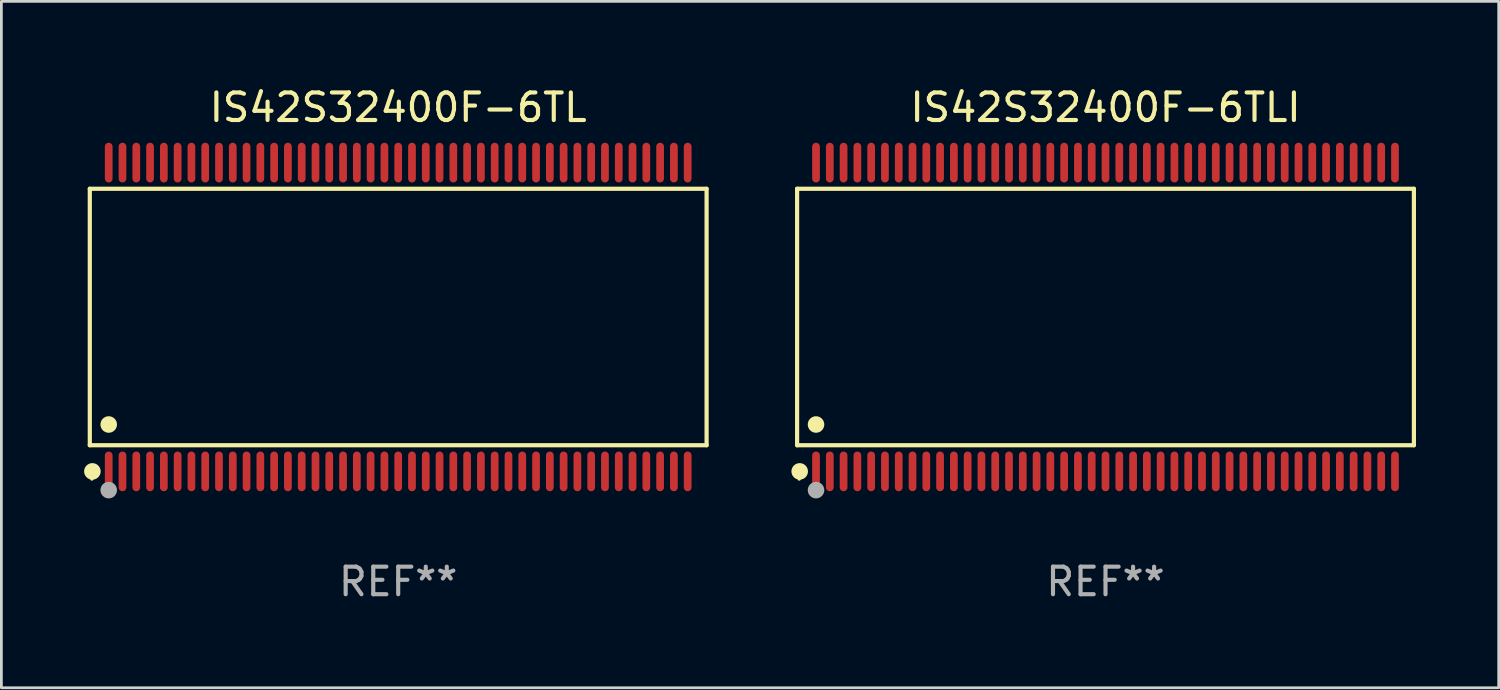
<source format=kicad_pcb>
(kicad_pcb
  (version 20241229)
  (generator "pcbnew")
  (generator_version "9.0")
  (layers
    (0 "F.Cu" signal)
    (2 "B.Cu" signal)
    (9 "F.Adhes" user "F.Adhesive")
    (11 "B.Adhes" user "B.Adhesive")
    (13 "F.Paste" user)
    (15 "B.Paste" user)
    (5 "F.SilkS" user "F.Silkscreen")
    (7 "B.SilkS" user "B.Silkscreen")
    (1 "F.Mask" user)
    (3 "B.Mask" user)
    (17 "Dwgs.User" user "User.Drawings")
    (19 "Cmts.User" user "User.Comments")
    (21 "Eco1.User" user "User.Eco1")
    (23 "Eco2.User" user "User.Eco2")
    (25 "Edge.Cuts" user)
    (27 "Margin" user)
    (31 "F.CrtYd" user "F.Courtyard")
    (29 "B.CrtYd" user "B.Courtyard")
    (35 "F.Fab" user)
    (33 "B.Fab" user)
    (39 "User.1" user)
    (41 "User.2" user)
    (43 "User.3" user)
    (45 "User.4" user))
  (footprint "IS42S32400F-6TLI"
    (layer "F.Cu")
    (at 37.048 8.448)
    (property "Reference" "IS42S32400F-6TLI" (at 0 -7.6 0) (layer "F.SilkS") (effects (font (size 1 1) (thickness 0.15))))
    (attr through_hole)
    (fp_line (start -11.186 -4.651) (end 11.186 -4.651) (stroke (width 0.152) (type solid)) (layer "F.SilkS"))
    (fp_line (start -11.186 4.651) (end -11.186 -4.651) (stroke (width 0.152) (type solid)) (layer "F.SilkS"))
    (fp_line (start 11.186 -4.651) (end 11.186 4.651) (stroke (width 0.152) (type solid)) (layer "F.SilkS"))
    (fp_line (start 11.186 4.651) (end -11.186 4.651) (stroke (width 0.152) (type solid)) (layer "F.SilkS"))
    (fp_circle (center -11.11 5.88) (end -11.08 5.88) (stroke (width 0.06) (type solid)) (fill no) (layer "F.SilkS"))
    (fp_circle (center -11.092 5.6) (end -10.942 5.6) (stroke (width 0.3) (type solid)) (fill no) (layer "F.SilkS"))
    (fp_circle (center -10.5 3.899) (end -10.35 3.899) (stroke (width 0.3) (type solid)) (fill no) (layer "F.SilkS"))
    (fp_circle (center -10.5 6.28) (end -10.35 6.28) (stroke (width 0.3) (type solid)) (fill no) (layer "F.Fab"))
    (fp_text user "REF**" (at 0 9.6 0) (layer "F.Fab") (effects (font (size 1 1) (thickness 0.15))))
    (pad "1" smd oval (at -10.5 5.6) (size 0.28 1.44) (layers "F.Cu" "F.Mask" "F.Paste"))
    (pad "2" smd oval (at -10 5.6) (size 0.28 1.44) (layers "F.Cu" "F.Mask" "F.Paste"))
    (pad "3" smd oval (at -9.5 5.6) (size 0.28 1.44) (layers "F.Cu" "F.Mask" "F.Paste"))
    (pad "4" smd oval (at -9 5.6) (size 0.28 1.44) (layers "F.Cu" "F.Mask" "F.Paste"))
    (pad "5" smd oval (at -8.5 5.6) (size 0.28 1.44) (layers "F.Cu" "F.Mask" "F.Paste"))
    (pad "6" smd oval (at -8 5.6) (size 0.28 1.44) (layers "F.Cu" "F.Mask" "F.Paste"))
    (pad "7" smd oval (at -7.5 5.6) (size 0.28 1.44) (layers "F.Cu" "F.Mask" "F.Paste"))
    (pad "8" smd oval (at -7 5.6) (size 0.28 1.44) (layers "F.Cu" "F.Mask" "F.Paste"))
    (pad "9" smd oval (at -6.5 5.6) (size 0.28 1.44) (layers "F.Cu" "F.Mask" "F.Paste"))
    (pad "10" smd oval (at -6 5.6) (size 0.28 1.44) (layers "F.Cu" "F.Mask" "F.Paste"))
    (pad "11" smd oval (at -5.5 5.6) (size 0.28 1.44) (layers "F.Cu" "F.Mask" "F.Paste"))
    (pad "12" smd oval (at -5 5.6) (size 0.28 1.44) (layers "F.Cu" "F.Mask" "F.Paste"))
    (pad "13" smd oval (at -4.5 5.6) (size 0.28 1.44) (layers "F.Cu" "F.Mask" "F.Paste"))
    (pad "14" smd oval (at -4 5.6) (size 0.28 1.44) (layers "F.Cu" "F.Mask" "F.Paste"))
    (pad "15" smd oval (at -3.5 5.6) (size 0.28 1.44) (layers "F.Cu" "F.Mask" "F.Paste"))
    (pad "16" smd oval (at -3 5.6) (size 0.28 1.44) (layers "F.Cu" "F.Mask" "F.Paste"))
    (pad "17" smd oval (at -2.5 5.6) (size 0.28 1.44) (layers "F.Cu" "F.Mask" "F.Paste"))
    (pad "18" smd oval (at -2 5.6) (size 0.28 1.44) (layers "F.Cu" "F.Mask" "F.Paste"))
    (pad "19" smd oval (at -1.5 5.6) (size 0.28 1.44) (layers "F.Cu" "F.Mask" "F.Paste"))
    (pad "20" smd oval (at -1 5.6) (size 0.28 1.44) (layers "F.Cu" "F.Mask" "F.Paste"))
    (pad "21" smd oval (at -0.5 5.6) (size 0.28 1.44) (layers "F.Cu" "F.Mask" "F.Paste"))
    (pad "22" smd oval (at 0 5.6) (size 0.28 1.44) (layers "F.Cu" "F.Mask" "F.Paste"))
    (pad "23" smd oval (at 0.5 5.6) (size 0.28 1.44) (layers "F.Cu" "F.Mask" "F.Paste"))
    (pad "24" smd oval (at 1 5.6) (size 0.28 1.44) (layers "F.Cu" "F.Mask" "F.Paste"))
    (pad "25" smd oval (at 1.5 5.6) (size 0.28 1.44) (layers "F.Cu" "F.Mask" "F.Paste"))
    (pad "26" smd oval (at 2 5.6) (size 0.28 1.44) (layers "F.Cu" "F.Mask" "F.Paste"))
    (pad "27" smd oval (at 2.5 5.6) (size 0.28 1.44) (layers "F.Cu" "F.Mask" "F.Paste"))
    (pad "28" smd oval (at 3 5.6) (size 0.28 1.44) (layers "F.Cu" "F.Mask" "F.Paste"))
    (pad "29" smd oval (at 3.5 5.6) (size 0.28 1.44) (layers "F.Cu" "F.Mask" "F.Paste"))
    (pad "30" smd oval (at 4 5.6) (size 0.28 1.44) (layers "F.Cu" "F.Mask" "F.Paste"))
    (pad "31" smd oval (at 4.5 5.6) (size 0.28 1.44) (layers "F.Cu" "F.Mask" "F.Paste"))
    (pad "32" smd oval (at 5 5.6) (size 0.28 1.44) (layers "F.Cu" "F.Mask" "F.Paste"))
    (pad "33" smd oval (at 5.5 5.6) (size 0.28 1.44) (layers "F.Cu" "F.Mask" "F.Paste"))
    (pad "34" smd oval (at 6 5.6) (size 0.28 1.44) (layers "F.Cu" "F.Mask" "F.Paste"))
    (pad "35" smd oval (at 6.5 5.6) (size 0.28 1.44) (layers "F.Cu" "F.Mask" "F.Paste"))
    (pad "36" smd oval (at 7 5.6) (size 0.28 1.44) (layers "F.Cu" "F.Mask" "F.Paste"))
    (pad "37" smd oval (at 7.5 5.6) (size 0.28 1.44) (layers "F.Cu" "F.Mask" "F.Paste"))
    (pad "38" smd oval (at 8 5.6) (size 0.28 1.44) (layers "F.Cu" "F.Mask" "F.Paste"))
    (pad "39" smd oval (at 8.5 5.6) (size 0.28 1.44) (layers "F.Cu" "F.Mask" "F.Paste"))
    (pad "40" smd oval (at 9 5.6) (size 0.28 1.44) (layers "F.Cu" "F.Mask" "F.Paste"))
    (pad "41" smd oval (at 9.5 5.6) (size 0.28 1.44) (layers "F.Cu" "F.Mask" "F.Paste"))
    (pad "42" smd oval (at 10 5.6) (size 0.28 1.44) (layers "F.Cu" "F.Mask" "F.Paste"))
    (pad "43" smd oval (at 10.5 5.6) (size 0.28 1.44) (layers "F.Cu" "F.Mask" "F.Paste"))
    (pad "44" smd oval (at 10.5 -5.6) (size 0.28 1.44) (layers "F.Cu" "F.Mask" "F.Paste"))
    (pad "45" smd oval (at 10 -5.6) (size 0.28 1.44) (layers "F.Cu" "F.Mask" "F.Paste"))
    (pad "46" smd oval (at 9.5 -5.6) (size 0.28 1.44) (layers "F.Cu" "F.Mask" "F.Paste"))
    (pad "47" smd oval (at 9 -5.6) (size 0.28 1.44) (layers "F.Cu" "F.Mask" "F.Paste"))
    (pad "48" smd oval (at 8.5 -5.6) (size 0.28 1.44) (layers "F.Cu" "F.Mask" "F.Paste"))
    (pad "49" smd oval (at 8 -5.6) (size 0.28 1.44) (layers "F.Cu" "F.Mask" "F.Paste"))
    (pad "50" smd oval (at 7.5 -5.6) (size 0.28 1.44) (layers "F.Cu" "F.Mask" "F.Paste"))
    (pad "51" smd oval (at 7 -5.6) (size 0.28 1.44) (layers "F.Cu" "F.Mask" "F.Paste"))
    (pad "52" smd oval (at 6.5 -5.6) (size 0.28 1.44) (layers "F.Cu" "F.Mask" "F.Paste"))
    (pad "53" smd oval (at 6 -5.6) (size 0.28 1.44) (layers "F.Cu" "F.Mask" "F.Paste"))
    (pad "54" smd oval (at 5.5 -5.6) (size 0.28 1.44) (layers "F.Cu" "F.Mask" "F.Paste"))
    (pad "55" smd oval (at 5 -5.6) (size 0.28 1.44) (layers "F.Cu" "F.Mask" "F.Paste"))
    (pad "56" smd oval (at 4.5 -5.6) (size 0.28 1.44) (layers "F.Cu" "F.Mask" "F.Paste"))
    (pad "57" smd oval (at 4 -5.6) (size 0.28 1.44) (layers "F.Cu" "F.Mask" "F.Paste"))
    (pad "58" smd oval (at 3.5 -5.6) (size 0.28 1.44) (layers "F.Cu" "F.Mask" "F.Paste"))
    (pad "59" smd oval (at 3 -5.6) (size 0.28 1.44) (layers "F.Cu" "F.Mask" "F.Paste"))
    (pad "60" smd oval (at 2.5 -5.6) (size 0.28 1.44) (layers "F.Cu" "F.Mask" "F.Paste"))
    (pad "61" smd oval (at 2 -5.6) (size 0.28 1.44) (layers "F.Cu" "F.Mask" "F.Paste"))
    (pad "62" smd oval (at 1.5 -5.6) (size 0.28 1.44) (layers "F.Cu" "F.Mask" "F.Paste"))
    (pad "63" smd oval (at 1 -5.6) (size 0.28 1.44) (layers "F.Cu" "F.Mask" "F.Paste"))
    (pad "64" smd oval (at 0.5 -5.6) (size 0.28 1.44) (layers "F.Cu" "F.Mask" "F.Paste"))
    (pad "65" smd oval (at 0 -5.6) (size 0.28 1.44) (layers "F.Cu" "F.Mask" "F.Paste"))
    (pad "66" smd oval (at -0.5 -5.6) (size 0.28 1.44) (layers "F.Cu" "F.Mask" "F.Paste"))
    (pad "67" smd oval (at -1 -5.6) (size 0.28 1.44) (layers "F.Cu" "F.Mask" "F.Paste"))
    (pad "68" smd oval (at -1.5 -5.6) (size 0.28 1.44) (layers "F.Cu" "F.Mask" "F.Paste"))
    (pad "69" smd oval (at -2 -5.6) (size 0.28 1.44) (layers "F.Cu" "F.Mask" "F.Paste"))
    (pad "70" smd oval (at -2.5 -5.6) (size 0.28 1.44) (layers "F.Cu" "F.Mask" "F.Paste"))
    (pad "71" smd oval (at -3 -5.6) (size 0.28 1.44) (layers "F.Cu" "F.Mask" "F.Paste"))
    (pad "72" smd oval (at -3.5 -5.6) (size 0.28 1.44) (layers "F.Cu" "F.Mask" "F.Paste"))
    (pad "73" smd oval (at -4 -5.6) (size 0.28 1.44) (layers "F.Cu" "F.Mask" "F.Paste"))
    (pad "74" smd oval (at -4.5 -5.6) (size 0.28 1.44) (layers "F.Cu" "F.Mask" "F.Paste"))
    (pad "75" smd oval (at -5 -5.6) (size 0.28 1.44) (layers "F.Cu" "F.Mask" "F.Paste"))
    (pad "76" smd oval (at -5.5 -5.6) (size 0.28 1.44) (layers "F.Cu" "F.Mask" "F.Paste"))
    (pad "77" smd oval (at -6 -5.6) (size 0.28 1.44) (layers "F.Cu" "F.Mask" "F.Paste"))
    (pad "78" smd oval (at -6.5 -5.6) (size 0.28 1.44) (layers "F.Cu" "F.Mask" "F.Paste"))
    (pad "79" smd oval (at -7 -5.6) (size 0.28 1.44) (layers "F.Cu" "F.Mask" "F.Paste"))
    (pad "80" smd oval (at -7.5 -5.6) (size 0.28 1.44) (layers "F.Cu" "F.Mask" "F.Paste"))
    (pad "81" smd oval (at -8 -5.6) (size 0.28 1.44) (layers "F.Cu" "F.Mask" "F.Paste"))
    (pad "82" smd oval (at -8.5 -5.6) (size 0.28 1.44) (layers "F.Cu" "F.Mask" "F.Paste"))
    (pad "83" smd oval (at -9 -5.6) (size 0.28 1.44) (layers "F.Cu" "F.Mask" "F.Paste"))
    (pad "84" smd oval (at -9.5 -5.6) (size 0.28 1.44) (layers "F.Cu" "F.Mask" "F.Paste"))
    (pad "85" smd oval (at -10 -5.6) (size 0.28 1.44) (layers "F.Cu" "F.Mask" "F.Paste"))
    (pad "86" smd oval (at -10.5 -5.6) (size 0.28 1.44) (layers "F.Cu" "F.Mask" "F.Paste")))
  (footprint "IS42S32400F-6TL"
    (layer "F.Cu")
    (at 11.393 8.448)
    (property "Reference" "IS42S32400F-6TL" (at 0 -7.6 0) (layer "F.SilkS") (effects (font (size 1 1) (thickness 0.15))))
    (attr through_hole)
    (fp_line (start -11.186 -4.651) (end 11.186 -4.651) (stroke (width 0.152) (type solid)) (layer "F.SilkS"))
    (fp_line (start -11.186 4.651) (end -11.186 -4.651) (stroke (width 0.152) (type solid)) (layer "F.SilkS"))
    (fp_line (start 11.186 -4.651) (end 11.186 4.651) (stroke (width 0.152) (type solid)) (layer "F.SilkS"))
    (fp_line (start 11.186 4.651) (end -11.186 4.651) (stroke (width 0.152) (type solid)) (layer "F.SilkS"))
    (fp_circle (center -11.11 5.88) (end -11.08 5.88) (stroke (width 0.06) (type solid)) (fill no) (layer "F.SilkS"))
    (fp_circle (center -11.092 5.6) (end -10.942 5.6) (stroke (width 0.3) (type solid)) (fill no) (layer "F.SilkS"))
    (fp_circle (center -10.5 3.899) (end -10.35 3.899) (stroke (width 0.3) (type solid)) (fill no) (layer "F.SilkS"))
    (fp_circle (center -10.5 6.28) (end -10.35 6.28) (stroke (width 0.3) (type solid)) (fill no) (layer "F.Fab"))
    (fp_text user "REF**" (at 0 9.6 0) (layer "F.Fab") (effects (font (size 1 1) (thickness 0.15))))
    (pad "1" smd oval (at -10.5 5.6) (size 0.28 1.44) (layers "F.Cu" "F.Mask" "F.Paste"))
    (pad "2" smd oval (at -10 5.6) (size 0.28 1.44) (layers "F.Cu" "F.Mask" "F.Paste"))
    (pad "3" smd oval (at -9.5 5.6) (size 0.28 1.44) (layers "F.Cu" "F.Mask" "F.Paste"))
    (pad "4" smd oval (at -9 5.6) (size 0.28 1.44) (layers "F.Cu" "F.Mask" "F.Paste"))
    (pad "5" smd oval (at -8.5 5.6) (size 0.28 1.44) (layers "F.Cu" "F.Mask" "F.Paste"))
    (pad "6" smd oval (at -8 5.6) (size 0.28 1.44) (layers "F.Cu" "F.Mask" "F.Paste"))
    (pad "7" smd oval (at -7.5 5.6) (size 0.28 1.44) (layers "F.Cu" "F.Mask" "F.Paste"))
    (pad "8" smd oval (at -7 5.6) (size 0.28 1.44) (layers "F.Cu" "F.Mask" "F.Paste"))
    (pad "9" smd oval (at -6.5 5.6) (size 0.28 1.44) (layers "F.Cu" "F.Mask" "F.Paste"))
    (pad "10" smd oval (at -6 5.6) (size 0.28 1.44) (layers "F.Cu" "F.Mask" "F.Paste"))
    (pad "11" smd oval (at -5.5 5.6) (size 0.28 1.44) (layers "F.Cu" "F.Mask" "F.Paste"))
    (pad "12" smd oval (at -5 5.6) (size 0.28 1.44) (layers "F.Cu" "F.Mask" "F.Paste"))
    (pad "13" smd oval (at -4.5 5.6) (size 0.28 1.44) (layers "F.Cu" "F.Mask" "F.Paste"))
    (pad "14" smd oval (at -4 5.6) (size 0.28 1.44) (layers "F.Cu" "F.Mask" "F.Paste"))
    (pad "15" smd oval (at -3.5 5.6) (size 0.28 1.44) (layers "F.Cu" "F.Mask" "F.Paste"))
    (pad "16" smd oval (at -3 5.6) (size 0.28 1.44) (layers "F.Cu" "F.Mask" "F.Paste"))
    (pad "17" smd oval (at -2.5 5.6) (size 0.28 1.44) (layers "F.Cu" "F.Mask" "F.Paste"))
    (pad "18" smd oval (at -2 5.6) (size 0.28 1.44) (layers "F.Cu" "F.Mask" "F.Paste"))
    (pad "19" smd oval (at -1.5 5.6) (size 0.28 1.44) (layers "F.Cu" "F.Mask" "F.Paste"))
    (pad "20" smd oval (at -1 5.6) (size 0.28 1.44) (layers "F.Cu" "F.Mask" "F.Paste"))
    (pad "21" smd oval (at -0.5 5.6) (size 0.28 1.44) (layers "F.Cu" "F.Mask" "F.Paste"))
    (pad "22" smd oval (at 0 5.6) (size 0.28 1.44) (layers "F.Cu" "F.Mask" "F.Paste"))
    (pad "23" smd oval (at 0.5 5.6) (size 0.28 1.44) (layers "F.Cu" "F.Mask" "F.Paste"))
    (pad "24" smd oval (at 1 5.6) (size 0.28 1.44) (layers "F.Cu" "F.Mask" "F.Paste"))
    (pad "25" smd oval (at 1.5 5.6) (size 0.28 1.44) (layers "F.Cu" "F.Mask" "F.Paste"))
    (pad "26" smd oval (at 2 5.6) (size 0.28 1.44) (layers "F.Cu" "F.Mask" "F.Paste"))
    (pad "27" smd oval (at 2.5 5.6) (size 0.28 1.44) (layers "F.Cu" "F.Mask" "F.Paste"))
    (pad "28" smd oval (at 3 5.6) (size 0.28 1.44) (layers "F.Cu" "F.Mask" "F.Paste"))
    (pad "29" smd oval (at 3.5 5.6) (size 0.28 1.44) (layers "F.Cu" "F.Mask" "F.Paste"))
    (pad "30" smd oval (at 4 5.6) (size 0.28 1.44) (layers "F.Cu" "F.Mask" "F.Paste"))
    (pad "31" smd oval (at 4.5 5.6) (size 0.28 1.44) (layers "F.Cu" "F.Mask" "F.Paste"))
    (pad "32" smd oval (at 5 5.6) (size 0.28 1.44) (layers "F.Cu" "F.Mask" "F.Paste"))
    (pad "33" smd oval (at 5.5 5.6) (size 0.28 1.44) (layers "F.Cu" "F.Mask" "F.Paste"))
    (pad "34" smd oval (at 6 5.6) (size 0.28 1.44) (layers "F.Cu" "F.Mask" "F.Paste"))
    (pad "35" smd oval (at 6.5 5.6) (size 0.28 1.44) (layers "F.Cu" "F.Mask" "F.Paste"))
    (pad "36" smd oval (at 7 5.6) (size 0.28 1.44) (layers "F.Cu" "F.Mask" "F.Paste"))
    (pad "37" smd oval (at 7.5 5.6) (size 0.28 1.44) (layers "F.Cu" "F.Mask" "F.Paste"))
    (pad "38" smd oval (at 8 5.6) (size 0.28 1.44) (layers "F.Cu" "F.Mask" "F.Paste"))
    (pad "39" smd oval (at 8.5 5.6) (size 0.28 1.44) (layers "F.Cu" "F.Mask" "F.Paste"))
    (pad "40" smd oval (at 9 5.6) (size 0.28 1.44) (layers "F.Cu" "F.Mask" "F.Paste"))
    (pad "41" smd oval (at 9.5 5.6) (size 0.28 1.44) (layers "F.Cu" "F.Mask" "F.Paste"))
    (pad "42" smd oval (at 10 5.6) (size 0.28 1.44) (layers "F.Cu" "F.Mask" "F.Paste"))
    (pad "43" smd oval (at 10.5 5.6) (size 0.28 1.44) (layers "F.Cu" "F.Mask" "F.Paste"))
    (pad "44" smd oval (at 10.5 -5.6) (size 0.28 1.44) (layers "F.Cu" "F.Mask" "F.Paste"))
    (pad "45" smd oval (at 10 -5.6) (size 0.28 1.44) (layers "F.Cu" "F.Mask" "F.Paste"))
    (pad "46" smd oval (at 9.5 -5.6) (size 0.28 1.44) (layers "F.Cu" "F.Mask" "F.Paste"))
    (pad "47" smd oval (at 9 -5.6) (size 0.28 1.44) (layers "F.Cu" "F.Mask" "F.Paste"))
    (pad "48" smd oval (at 8.5 -5.6) (size 0.28 1.44) (layers "F.Cu" "F.Mask" "F.Paste"))
    (pad "49" smd oval (at 8 -5.6) (size 0.28 1.44) (layers "F.Cu" "F.Mask" "F.Paste"))
    (pad "50" smd oval (at 7.5 -5.6) (size 0.28 1.44) (layers "F.Cu" "F.Mask" "F.Paste"))
    (pad "51" smd oval (at 7 -5.6) (size 0.28 1.44) (layers "F.Cu" "F.Mask" "F.Paste"))
    (pad "52" smd oval (at 6.5 -5.6) (size 0.28 1.44) (layers "F.Cu" "F.Mask" "F.Paste"))
    (pad "53" smd oval (at 6 -5.6) (size 0.28 1.44) (layers "F.Cu" "F.Mask" "F.Paste"))
    (pad "54" smd oval (at 5.5 -5.6) (size 0.28 1.44) (layers "F.Cu" "F.Mask" "F.Paste"))
    (pad "55" smd oval (at 5 -5.6) (size 0.28 1.44) (layers "F.Cu" "F.Mask" "F.Paste"))
    (pad "56" smd oval (at 4.5 -5.6) (size 0.28 1.44) (layers "F.Cu" "F.Mask" "F.Paste"))
    (pad "57" smd oval (at 4 -5.6) (size 0.28 1.44) (layers "F.Cu" "F.Mask" "F.Paste"))
    (pad "58" smd oval (at 3.5 -5.6) (size 0.28 1.44) (layers "F.Cu" "F.Mask" "F.Paste"))
    (pad "59" smd oval (at 3 -5.6) (size 0.28 1.44) (layers "F.Cu" "F.Mask" "F.Paste"))
    (pad "60" smd oval (at 2.5 -5.6) (size 0.28 1.44) (layers "F.Cu" "F.Mask" "F.Paste"))
    (pad "61" smd oval (at 2 -5.6) (size 0.28 1.44) (layers "F.Cu" "F.Mask" "F.Paste"))
    (pad "62" smd oval (at 1.5 -5.6) (size 0.28 1.44) (layers "F.Cu" "F.Mask" "F.Paste"))
    (pad "63" smd oval (at 1 -5.6) (size 0.28 1.44) (layers "F.Cu" "F.Mask" "F.Paste"))
    (pad "64" smd oval (at 0.5 -5.6) (size 0.28 1.44) (layers "F.Cu" "F.Mask" "F.Paste"))
    (pad "65" smd oval (at 0 -5.6) (size 0.28 1.44) (layers "F.Cu" "F.Mask" "F.Paste"))
    (pad "66" smd oval (at -0.5 -5.6) (size 0.28 1.44) (layers "F.Cu" "F.Mask" "F.Paste"))
    (pad "67" smd oval (at -1 -5.6) (size 0.28 1.44) (layers "F.Cu" "F.Mask" "F.Paste"))
    (pad "68" smd oval (at -1.5 -5.6) (size 0.28 1.44) (layers "F.Cu" "F.Mask" "F.Paste"))
    (pad "69" smd oval (at -2 -5.6) (size 0.28 1.44) (layers "F.Cu" "F.Mask" "F.Paste"))
    (pad "70" smd oval (at -2.5 -5.6) (size 0.28 1.44) (layers "F.Cu" "F.Mask" "F.Paste"))
    (pad "71" smd oval (at -3 -5.6) (size 0.28 1.44) (layers "F.Cu" "F.Mask" "F.Paste"))
    (pad "72" smd oval (at -3.5 -5.6) (size 0.28 1.44) (layers "F.Cu" "F.Mask" "F.Paste"))
    (pad "73" smd oval (at -4 -5.6) (size 0.28 1.44) (layers "F.Cu" "F.Mask" "F.Paste"))
    (pad "74" smd oval (at -4.5 -5.6) (size 0.28 1.44) (layers "F.Cu" "F.Mask" "F.Paste"))
    (pad "75" smd oval (at -5 -5.6) (size 0.28 1.44) (layers "F.Cu" "F.Mask" "F.Paste"))
    (pad "76" smd oval (at -5.5 -5.6) (size 0.28 1.44) (layers "F.Cu" "F.Mask" "F.Paste"))
    (pad "77" smd oval (at -6 -5.6) (size 0.28 1.44) (layers "F.Cu" "F.Mask" "F.Paste"))
    (pad "78" smd oval (at -6.5 -5.6) (size 0.28 1.44) (layers "F.Cu" "F.Mask" "F.Paste"))
    (pad "79" smd oval (at -7 -5.6) (size 0.28 1.44) (layers "F.Cu" "F.Mask" "F.Paste"))
    (pad "80" smd oval (at -7.5 -5.6) (size 0.28 1.44) (layers "F.Cu" "F.Mask" "F.Paste"))
    (pad "81" smd oval (at -8 -5.6) (size 0.28 1.44) (layers "F.Cu" "F.Mask" "F.Paste"))
    (pad "82" smd oval (at -8.5 -5.6) (size 0.28 1.44) (layers "F.Cu" "F.Mask" "F.Paste"))
    (pad "83" smd oval (at -9 -5.6) (size 0.28 1.44) (layers "F.Cu" "F.Mask" "F.Paste"))
    (pad "84" smd oval (at -9.5 -5.6) (size 0.28 1.44) (layers "F.Cu" "F.Mask" "F.Paste"))
    (pad "85" smd oval (at -10 -5.6) (size 0.28 1.44) (layers "F.Cu" "F.Mask" "F.Paste"))
    (pad "86" smd oval (at -10.5 -5.6) (size 0.28 1.44) (layers "F.Cu" "F.Mask" "F.Paste")))
  (gr_rect
    (start -3 -3)
    (end 51.31 21.896)
    (stroke (width 0.1) (type default))
    (fill no)
    (layer "Edge.Cuts")))
</source>
